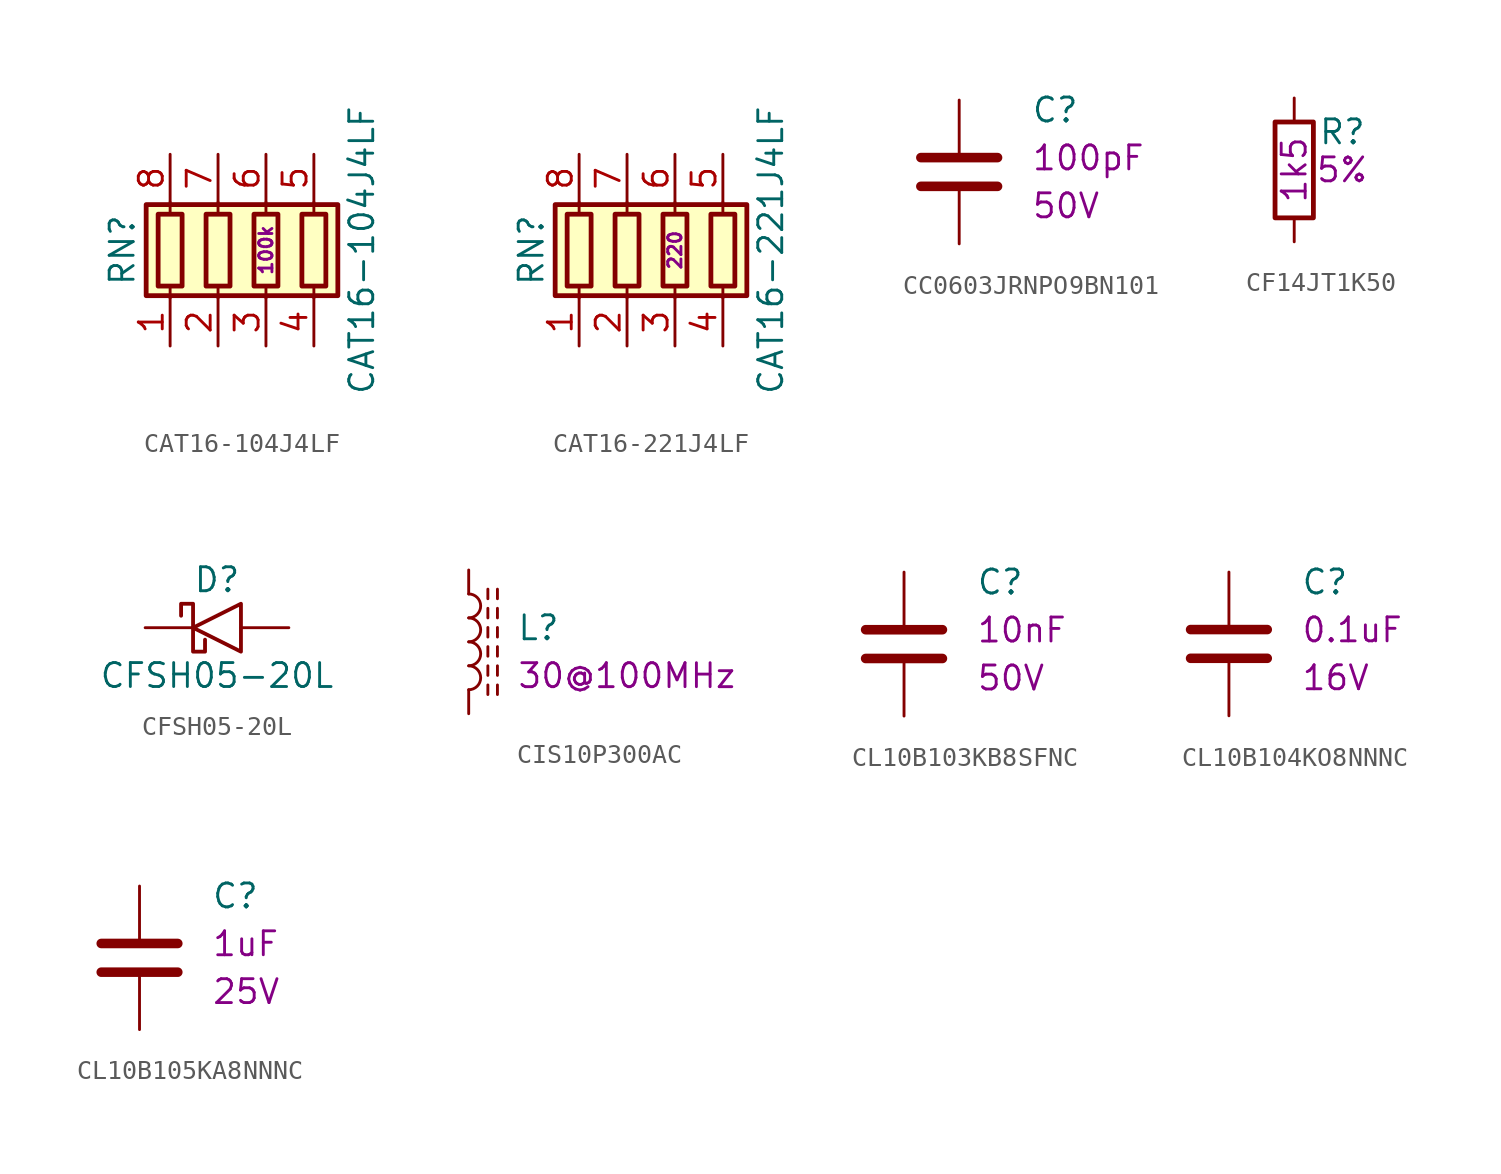
<source format=kicad_sym>
(kicad_symbol_lib
  (version 20210619)
  (generator kicad_symbol_editor)
  (symbol "custom:CAT16-104J4LF"
    (pin_names
      (offset 0) hide)
    (property "Reference" "RN"
      (at -7.62 0 90)
      (effects (font (size 1.27 1.27))))
    (property "Value" "CAT16-104J4LF"
      (at 5.08 0 90)
      (effects (font (size 1.27 1.27))))
    (property "RESISTANCE" "100k"
      (at 0 0 90)
      (effects (font (size 0.7 0.7))))
    (symbol "CAT16-104J4LF_0_1"
      (rectangle (start -5.715 1.905) (end -4.445 -1.905) (stroke (width 0.254)) (fill (type none)))
      (rectangle (start -3.175 1.905) (end -1.905 -1.905) (stroke (width 0.254)) (fill (type none)))
      (rectangle (start -0.635 1.905) (end 0.635 -1.905) (stroke (width 0.254)) (fill (type none)))
      (rectangle (start 1.905 1.905) (end 3.175 -1.905) (stroke (width 0.254)) (fill (type none)))
      (rectangle (start -6.35 -2.413) (end 3.81 2.413) (stroke (width 0.254)) (fill (type background)))
      (polyline (pts (xy -5.08 -2.54) (xy -5.08 -1.905)) (stroke (width 0)) (fill (type none)))
      (polyline (pts (xy -5.08 1.905) (xy -5.08 2.54)) (stroke (width 0)) (fill (type none)))
      (polyline (pts (xy -2.54 -2.54) (xy -2.54 -1.905)) (stroke (width 0)) (fill (type none)))
      (polyline (pts (xy -2.54 1.905) (xy -2.54 2.54)) (stroke (width 0)) (fill (type none)))
      (polyline (pts (xy 0 -2.54) (xy 0 -1.905)) (stroke (width 0)) (fill (type none)))
      (polyline (pts (xy 0 1.905) (xy 0 2.54)) (stroke (width 0)) (fill (type none)))
      (polyline (pts (xy 2.54 -2.54) (xy 2.54 -1.905)) (stroke (width 0)) (fill (type none)))
      (polyline (pts (xy 2.54 1.905) (xy 2.54 2.54)) (stroke (width 0)) (fill (type none))))
    (symbol "CAT16-104J4LF_1_1"
      (pin passive line (at -5.08 -5.08 90) (length 2.54) (name "R1.1" (effects (font (size 1.27 1.27)))) (number "1" (effects (font (size 1.27 1.27)))))
      (pin passive line (at -2.54 -5.08 90) (length 2.54) (name "R2.1" (effects (font (size 1.27 1.27)))) (number "2" (effects (font (size 1.27 1.27)))))
      (pin passive line (at 0 -5.08 90) (length 2.54) (name "R3.1" (effects (font (size 1.27 1.27)))) (number "3" (effects (font (size 1.27 1.27)))))
      (pin passive line (at 2.54 -5.08 90) (length 2.54) (name "R4.1" (effects (font (size 1.27 1.27)))) (number "4" (effects (font (size 1.27 1.27)))))
      (pin passive line (at 2.54 5.08 270) (length 2.54) (name "R4.2" (effects (font (size 1.27 1.27)))) (number "5" (effects (font (size 1.27 1.27)))))
      (pin passive line (at 0 5.08 270) (length 2.54) (name "R3.2" (effects (font (size 1.27 1.27)))) (number "6" (effects (font (size 1.27 1.27)))))
      (pin passive line (at -2.54 5.08 270) (length 2.54) (name "R2.2" (effects (font (size 1.27 1.27)))) (number "7" (effects (font (size 1.27 1.27)))))
      (pin passive line (at -5.08 5.08 270) (length 2.54) (name "R1.2" (effects (font (size 1.27 1.27)))) (number "8" (effects (font (size 1.27 1.27)))))))
  (symbol "custom:CAT16-221J4LF"
    (pin_names
      (offset 0) hide)
    (property "Reference" "RN"
      (at -7.62 0 90)
      (effects (font (size 1.27 1.27))))
    (property "Value" "CAT16-221J4LF"
      (at 5.08 0 90)
      (effects (font (size 1.27 1.27))))
    (property "RESISTANCE" "220"
      (at 0 0 90)
      (effects (font (size 0.7 0.7))))
    (symbol "CAT16-221J4LF_0_1"
      (rectangle (start -5.715 1.905) (end -4.445 -1.905) (stroke (width 0.254)) (fill (type none)))
      (rectangle (start -3.175 1.905) (end -1.905 -1.905) (stroke (width 0.254)) (fill (type none)))
      (rectangle (start -0.635 1.905) (end 0.635 -1.905) (stroke (width 0.254)) (fill (type none)))
      (rectangle (start 1.905 1.905) (end 3.175 -1.905) (stroke (width 0.254)) (fill (type none)))
      (rectangle (start -6.35 -2.413) (end 3.81 2.413) (stroke (width 0.254)) (fill (type background)))
      (polyline (pts (xy -5.08 -2.54) (xy -5.08 -1.905)) (stroke (width 0)) (fill (type none)))
      (polyline (pts (xy -5.08 1.905) (xy -5.08 2.54)) (stroke (width 0)) (fill (type none)))
      (polyline (pts (xy -2.54 -2.54) (xy -2.54 -1.905)) (stroke (width 0)) (fill (type none)))
      (polyline (pts (xy -2.54 1.905) (xy -2.54 2.54)) (stroke (width 0)) (fill (type none)))
      (polyline (pts (xy 0 -2.54) (xy 0 -1.905)) (stroke (width 0)) (fill (type none)))
      (polyline (pts (xy 0 1.905) (xy 0 2.54)) (stroke (width 0)) (fill (type none)))
      (polyline (pts (xy 2.54 -2.54) (xy 2.54 -1.905)) (stroke (width 0)) (fill (type none)))
      (polyline (pts (xy 2.54 1.905) (xy 2.54 2.54)) (stroke (width 0)) (fill (type none))))
    (symbol "CAT16-221J4LF_1_1"
      (pin passive line (at -5.08 -5.08 90) (length 2.54) (name "R1.1" (effects (font (size 1.27 1.27)))) (number "1" (effects (font (size 1.27 1.27)))))
      (pin passive line (at -2.54 -5.08 90) (length 2.54) (name "R2.1" (effects (font (size 1.27 1.27)))) (number "2" (effects (font (size 1.27 1.27)))))
      (pin passive line (at 0 -5.08 90) (length 2.54) (name "R3.1" (effects (font (size 1.27 1.27)))) (number "3" (effects (font (size 1.27 1.27)))))
      (pin passive line (at 2.54 -5.08 90) (length 2.54) (name "R4.1" (effects (font (size 1.27 1.27)))) (number "4" (effects (font (size 1.27 1.27)))))
      (pin passive line (at 2.54 5.08 270) (length 2.54) (name "R4.2" (effects (font (size 1.27 1.27)))) (number "5" (effects (font (size 1.27 1.27)))))
      (pin passive line (at 0 5.08 270) (length 2.54) (name "R3.2" (effects (font (size 1.27 1.27)))) (number "6" (effects (font (size 1.27 1.27)))))
      (pin passive line (at -2.54 5.08 270) (length 2.54) (name "R2.2" (effects (font (size 1.27 1.27)))) (number "7" (effects (font (size 1.27 1.27)))))
      (pin passive line (at -5.08 5.08 270) (length 2.54) (name "R1.2" (effects (font (size 1.27 1.27)))) (number "8" (effects (font (size 1.27 1.27)))))))
  (symbol "custom:CC0603JRNPO9BN101"
    (pin_numbers hide)
    (pin_names
      (offset 0) hide)
    (property "Reference" "C"
      (at 3.81 2.54 0)
      (effects (font (size 1.27 1.27)) (justify left bottom)))
    (property "Capacitance" "100pF"
      (at 3.81 0 0)
      (effects (font (size 1.27 1.27)) (justify left bottom)))
    (property "Rating" "50V"
      (at 3.81 -2.54 0)
      (effects (font (size 1.27 1.27)) (justify left bottom)))
    (symbol "CC0603JRNPO9BN101_0_1"
      (polyline (pts (xy -2.032 -0.762) (xy 2.032 -0.762)) (stroke (width 0.508)) (fill (type none)))
      (polyline (pts (xy -2.032 0.762) (xy 2.032 0.762)) (stroke (width 0.508)) (fill (type none))))
    (symbol "CC0603JRNPO9BN101_1_1"
      (pin passive line (at 0 3.81 270) (length 2.794) (name "~" (effects (font (size 1.27 1.27)))) (number "1" (effects (font (size 1.27 1.27)))))
      (pin passive line (at 0 -3.81 90) (length 2.794) (name "~" (effects (font (size 1.27 1.27)))) (number "2" (effects (font (size 1.27 1.27)))))))
  (symbol "custom:CF14JT1K50"
    (pin_numbers hide)
    (pin_names
      (offset 0))
    (property "Reference" "R"
      (at 1.27 1.27 0)
      (effects (font (size 1.27 1.27)) (justify left bottom)))
    (property "Resistance" "1k5"
      (at 0 0 90)
      (effects (font (size 1.27 1.27))))
    (property "TOLERANCE" "5%"
      (at 2.54 0 0)
      (effects (font (size 1.27 1.27))))
    (symbol "CF14JT1K50_0_1"
      (rectangle (start -1.016 -2.54) (end 1.016 2.54) (stroke (width 0.254)) (fill (type none))))
    (symbol "CF14JT1K50_1_1"
      (pin passive line (at 0 3.81 270) (length 1.27) (name "~" (effects (font (size 1.27 1.27)))) (number "1" (effects (font (size 1.27 1.27)))))
      (pin passive line (at 0 -3.81 90) (length 1.27) (name "~" (effects (font (size 1.27 1.27)))) (number "2" (effects (font (size 1.27 1.27)))))))
  (symbol "custom:CFSH05-20L"
    (pin_numbers hide)
    (pin_names
      (offset 1.016) hide)
    (property "Reference" "D"
      (at 0 2.54 0)
      (effects (font (size 1.27 1.27))))
    (property "Value" "CFSH05-20L"
      (at 0 -2.54 0)
      (effects (font (size 1.27 1.27))))
    (symbol "CFSH05-20L_0_1"
      (polyline (pts (xy 1.27 1.27) (xy 1.27 -1.27) (xy -1.27 0) (xy 1.27 1.27)) (stroke (width 0.203)) (fill (type none)))
      (polyline (pts (xy -1.905 0.635) (xy -1.905 1.27) (xy -1.27 1.27) (xy -1.27 -1.27) (xy -0.635 -1.27) (xy -0.635 -0.635)) (stroke (width 0.203)) (fill (type none))))
    (symbol "CFSH05-20L_1_1"
      (pin passive line (at -3.81 0 0) (length 2.54) (name "K" (effects (font (size 1.27 1.27)))) (number "1" (effects (font (size 1.27 1.27)))))
      (pin passive line (at 3.81 0 180) (length 2.54) (name "A" (effects (font (size 1.27 1.27)))) (number "2" (effects (font (size 1.27 1.27)))))))
  (symbol "custom:CIS10P300AC"
    (pin_numbers hide)
    (pin_names
      (offset 1.016) hide)
    (property "Reference" "L"
      (at 2.54 0 0)
      (effects (font (size 1.27 1.27)) (justify left bottom)))
    (property "Impedance" "30@100MHz"
      (at 2.54 -2.54 0)
      (effects (font (size 1.27 1.27)) (justify left bottom)))
    (symbol "CIS10P300AC_0_1"
      (arc (start 0 -2.54) (end 0 -1.27) (radius (at 0 -1.905) (length 0.635) (angles -89.9 89.9)) (stroke (width 0)) (fill (type none)))
      (arc (start 0 -1.27) (end 0 0) (radius (at 0 -0.635) (length 0.635) (angles -89.9 89.9)) (stroke (width 0)) (fill (type none)))
      (arc (start 0 0) (end 0 1.27) (radius (at 0 0.635) (length 0.635) (angles -89.9 89.9)) (stroke (width 0)) (fill (type none)))
      (arc (start 0 1.27) (end 0 2.54) (radius (at 0 1.905) (length 0.635) (angles -89.9 89.9)) (stroke (width 0)) (fill (type none)))
      (polyline (pts (xy 1.016 -2.794) (xy 1.016 -2.286)) (stroke (width 0)) (fill (type none)))
      (polyline (pts (xy 1.016 -1.778) (xy 1.016 -1.27)) (stroke (width 0)) (fill (type none)))
      (polyline (pts (xy 1.016 -0.762) (xy 1.016 -0.254)) (stroke (width 0)) (fill (type none)))
      (polyline (pts (xy 1.016 0.254) (xy 1.016 0.762)) (stroke (width 0)) (fill (type none)))
      (polyline (pts (xy 1.016 1.27) (xy 1.016 1.778)) (stroke (width 0)) (fill (type none)))
      (polyline (pts (xy 1.016 2.286) (xy 1.016 2.794)) (stroke (width 0)) (fill (type none)))
      (polyline (pts (xy 1.524 -2.286) (xy 1.524 -2.794)) (stroke (width 0)) (fill (type none)))
      (polyline (pts (xy 1.524 -1.27) (xy 1.524 -1.778)) (stroke (width 0)) (fill (type none)))
      (polyline (pts (xy 1.524 -0.254) (xy 1.524 -0.762)) (stroke (width 0)) (fill (type none)))
      (polyline (pts (xy 1.524 0.762) (xy 1.524 0.254)) (stroke (width 0)) (fill (type none)))
      (polyline (pts (xy 1.524 1.778) (xy 1.524 1.27)) (stroke (width 0)) (fill (type none)))
      (polyline (pts (xy 1.524 2.794) (xy 1.524 2.286)) (stroke (width 0)) (fill (type none))))
    (symbol "CIS10P300AC_1_1"
      (pin passive line (at 0 3.81 270) (length 1.27) (name "1" (effects (font (size 1.27 1.27)))) (number "1" (effects (font (size 1.27 1.27)))))
      (pin passive line (at 0 -3.81 90) (length 1.27) (name "2" (effects (font (size 1.27 1.27)))) (number "2" (effects (font (size 1.27 1.27)))))))
  (symbol "custom:CL10B103KB8SFNC"
    (pin_numbers hide)
    (pin_names
      (offset 0) hide)
    (property "Reference" "C"
      (at 3.81 2.54 0)
      (effects (font (size 1.27 1.27)) (justify left bottom)))
    (property "Capacitance" "10nF"
      (at 3.81 0 0)
      (effects (font (size 1.27 1.27)) (justify left bottom)))
    (property "Rating" "50V"
      (at 3.81 -2.54 0)
      (effects (font (size 1.27 1.27)) (justify left bottom)))
    (symbol "CL10B103KB8SFNC_0_1"
      (polyline (pts (xy -2.032 -0.762) (xy 2.032 -0.762)) (stroke (width 0.508)) (fill (type none)))
      (polyline (pts (xy -2.032 0.762) (xy 2.032 0.762)) (stroke (width 0.508)) (fill (type none))))
    (symbol "CL10B103KB8SFNC_1_1"
      (pin passive line (at 0 3.81 270) (length 2.794) (name "~" (effects (font (size 1.27 1.27)))) (number "1" (effects (font (size 1.27 1.27)))))
      (pin passive line (at 0 -3.81 90) (length 2.794) (name "~" (effects (font (size 1.27 1.27)))) (number "2" (effects (font (size 1.27 1.27)))))))
  (symbol "custom:CL10B104KO8NNNC"
    (pin_numbers hide)
    (pin_names
      (offset 0) hide)
    (property "Reference" "C"
      (at 3.81 2.54 0)
      (effects (font (size 1.27 1.27)) (justify left bottom)))
    (property "Capacitance" "0.1uF"
      (at 3.81 0 0)
      (effects (font (size 1.27 1.27)) (justify left bottom)))
    (property "Rating" "16V"
      (at 3.81 -2.54 0)
      (effects (font (size 1.27 1.27)) (justify left bottom)))
    (symbol "CL10B104KO8NNNC_0_1"
      (polyline (pts (xy -2.032 -0.762) (xy 2.032 -0.762)) (stroke (width 0.508)) (fill (type none)))
      (polyline (pts (xy -2.032 0.762) (xy 2.032 0.762)) (stroke (width 0.508)) (fill (type none))))
    (symbol "CL10B104KO8NNNC_1_1"
      (pin passive line (at 0 3.81 270) (length 2.794) (name "~" (effects (font (size 1.27 1.27)))) (number "1" (effects (font (size 1.27 1.27)))))
      (pin passive line (at 0 -3.81 90) (length 2.794) (name "~" (effects (font (size 1.27 1.27)))) (number "2" (effects (font (size 1.27 1.27)))))))
  (symbol "custom:CL10B105KA8NNNC"
    (pin_numbers hide)
    (pin_names
      (offset 0) hide)
    (property "Reference" "C"
      (at 3.81 2.54 0)
      (effects (font (size 1.27 1.27)) (justify left bottom)))
    (property "Capacitance" "1uF"
      (at 3.81 0 0)
      (effects (font (size 1.27 1.27)) (justify left bottom)))
    (property "Rating" "25V"
      (at 3.81 -2.54 0)
      (effects (font (size 1.27 1.27)) (justify left bottom)))
    (symbol "CL10B105KA8NNNC_0_1"
      (polyline (pts (xy -2.032 -0.762) (xy 2.032 -0.762)) (stroke (width 0.508)) (fill (type none)))
      (polyline (pts (xy -2.032 0.762) (xy 2.032 0.762)) (stroke (width 0.508)) (fill (type none))))
    (symbol "CL10B105KA8NNNC_1_1"
      (pin passive line (at 0 3.81 270) (length 2.794) (name "~" (effects (font (size 1.27 1.27)))) (number "1" (effects (font (size 1.27 1.27)))))
      (pin passive line (at 0 -3.81 90) (length 2.794) (name "~" (effects (font (size 1.27 1.27)))) (number "2" (effects (font (size 1.27 1.27))))))))
</source>
